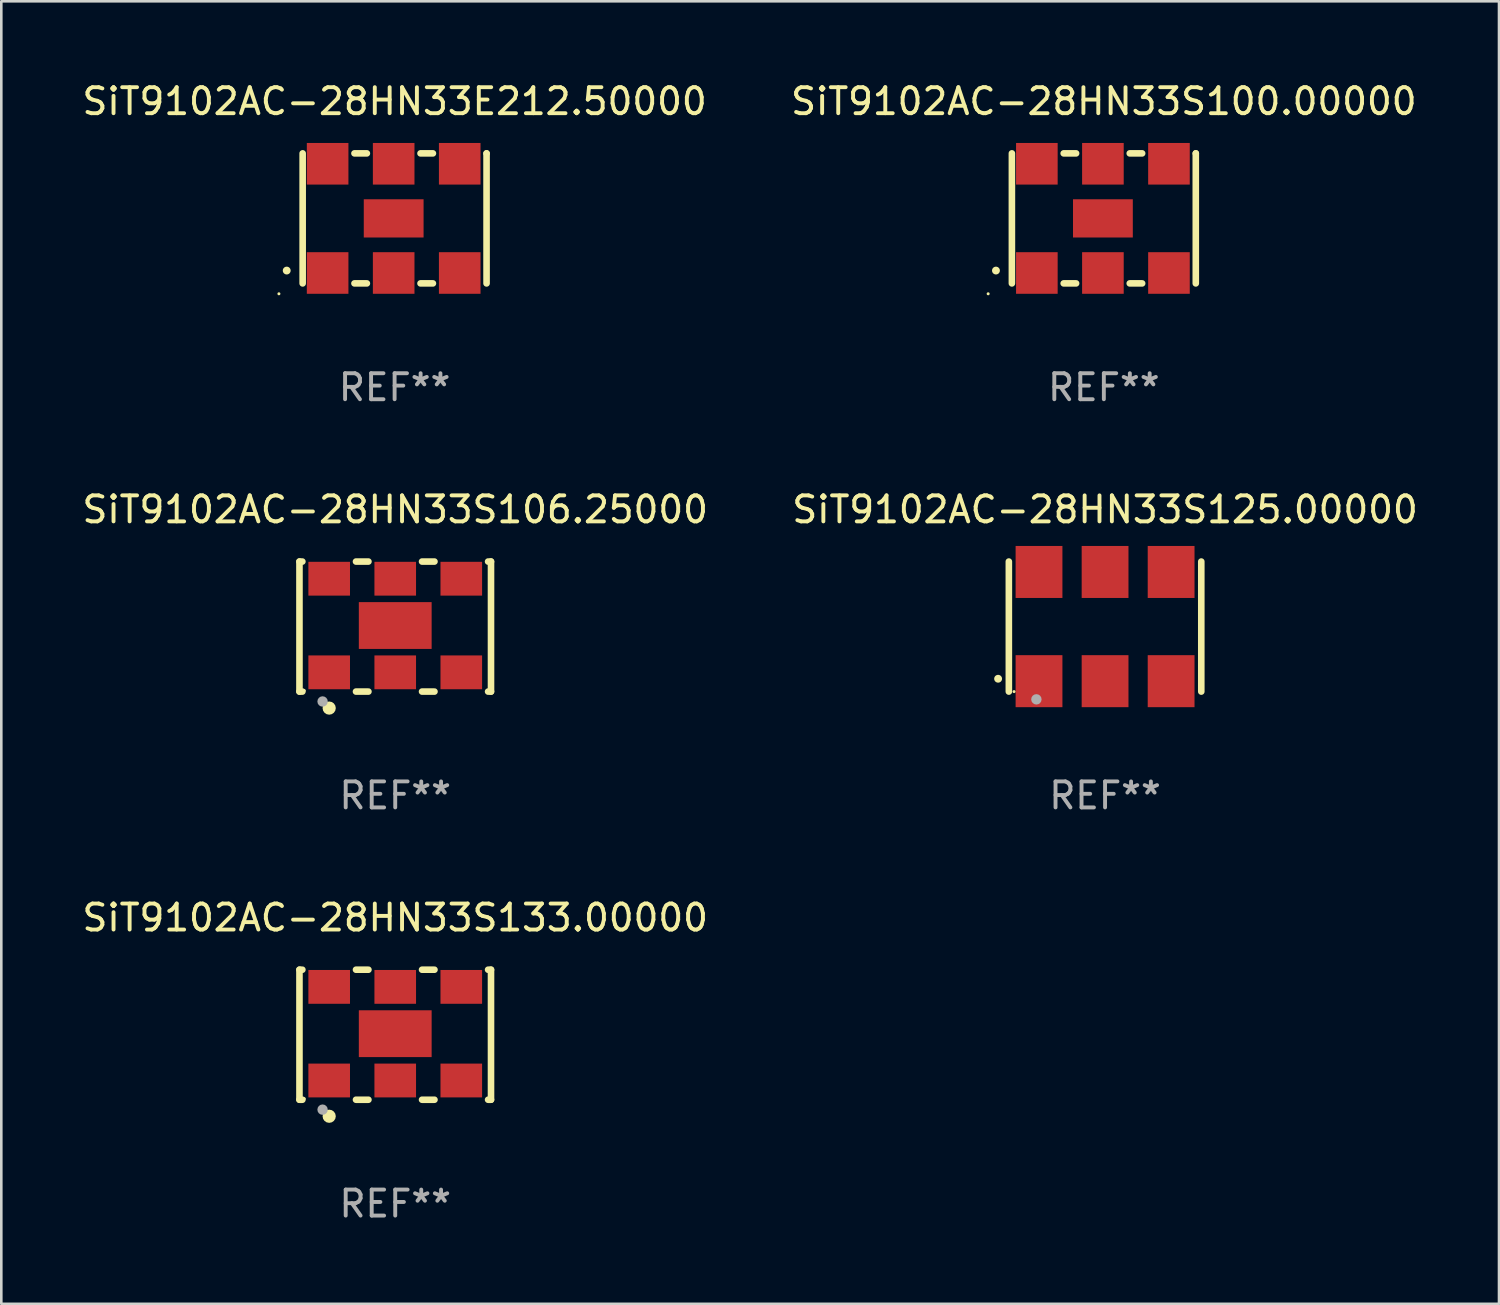
<source format=kicad_pcb>
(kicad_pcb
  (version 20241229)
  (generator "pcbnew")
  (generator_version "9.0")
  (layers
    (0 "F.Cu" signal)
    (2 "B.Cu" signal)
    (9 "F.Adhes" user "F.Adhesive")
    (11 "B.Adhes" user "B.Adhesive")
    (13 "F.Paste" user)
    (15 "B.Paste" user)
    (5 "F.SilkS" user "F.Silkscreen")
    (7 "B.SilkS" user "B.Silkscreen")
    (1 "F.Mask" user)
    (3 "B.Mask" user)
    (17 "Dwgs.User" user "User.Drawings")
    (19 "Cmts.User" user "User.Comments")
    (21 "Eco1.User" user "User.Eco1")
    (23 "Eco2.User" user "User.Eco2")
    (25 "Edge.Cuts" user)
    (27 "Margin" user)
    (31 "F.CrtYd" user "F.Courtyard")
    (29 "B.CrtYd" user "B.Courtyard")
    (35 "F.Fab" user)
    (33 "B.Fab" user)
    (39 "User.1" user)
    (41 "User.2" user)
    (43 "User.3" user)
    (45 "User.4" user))
  (footprint "SiT9102AC-28HN33E212.50000"
    (layer "F.Cu")
    (at 12.125 5.348)
    (property "Reference" "SiT9102AC-28HN33E212.50000" (at 0 -4.5 0) (layer "F.SilkS") (effects (font (size 1 1) (thickness 0.15))))
    (attr through_hole)
    (fp_line (start -3.536 -2.5) (end -3.536 2.5) (stroke (width 0.254) (type solid)) (layer "F.SilkS"))
    (fp_line (start -1.544 2.5) (end -1.067 2.5) (stroke (width 0.254) (type solid)) (layer "F.SilkS"))
    (fp_line (start -1.067 -2.5) (end -1.544 -2.5) (stroke (width 0.254) (type solid)) (layer "F.SilkS"))
    (fp_line (start 0.996 2.5) (end 1.473 2.5) (stroke (width 0.254) (type solid)) (layer "F.SilkS"))
    (fp_line (start 1.473 -2.5) (end 0.996 -2.5) (stroke (width 0.254) (type solid)) (layer "F.SilkS"))
    (fp_line (start 3.536 -2.5) (end 3.536 -2.5) (stroke (width 0.254) (type solid)) (layer "F.SilkS"))
    (fp_line (start 3.536 2.5) (end 3.536 -2.5) (stroke (width 0.254) (type solid)) (layer "F.SilkS"))
    (fp_arc (start -4.150432 2.006604) (mid -4.149162 2.006599) (end -4.147892 2.006604) (stroke (width 0.3) (type solid)) (layer "F.SilkS"))
    (fp_circle (center -4.449 2.9) (end -4.419 2.9) (stroke (width 0.06) (type solid)) (fill no) (layer "F.SilkS"))
    (fp_text user "REF**" (at 0 6.5 0) (layer "F.Fab") (effects (font (size 1 1) (thickness 0.15))))
    (pad "1" smd rect (at -2.576 2.1) (size 1.6 1.6) (layers "F.Cu" "F.Mask" "F.Paste"))
    (pad "2" smd rect (at -0.036 2.1) (size 1.6 1.6) (layers "F.Cu" "F.Mask" "F.Paste"))
    (pad "3" smd rect (at 2.504 2.1) (size 1.6 1.6) (layers "F.Cu" "F.Mask" "F.Paste"))
    (pad "4" smd rect (at 2.504 -2.1) (size 1.6 1.6) (layers "F.Cu" "F.Mask" "F.Paste"))
    (pad "5" smd rect (at -0.036 -2.1) (size 1.6 1.6) (layers "F.Cu" "F.Mask" "F.Paste"))
    (pad "6" smd rect (at -2.576 -2.1) (size 1.6 1.6) (layers "F.Cu" "F.Mask" "F.Paste"))
    (pad "7" smd rect (at -0.036 0) (size 2.3 1.47) (layers "F.Cu" "F.Mask" "F.Paste")))
  (footprint "SiT9102AC-28HN33S125.00000"
    (layer "F.Cu")
    (at 39.446 21.045)
    (property "Reference" "SiT9102AC-28HN33S125.00000" (at 0 -4.5 0) (layer "F.SilkS") (effects (font (size 1 1) (thickness 0.15))))
    (attr through_hole)
    (fp_line (start -3.7 -2.5) (end -3.7 2.5) (stroke (width 0.254) (type solid)) (layer "F.SilkS"))
    (fp_line (start 3.7 -2.5) (end 3.7 2.5) (stroke (width 0.254) (type solid)) (layer "F.SilkS"))
    (fp_arc (start -4.114415 2.006604) (mid -4.113145 2.006599) (end -4.111875 2.006604) (stroke (width 0.3) (type solid)) (layer "F.SilkS"))
    (fp_circle (center -3.5 2.501) (end -3.47 2.501) (stroke (width 0.06) (type solid)) (fill no) (layer "F.SilkS"))
    (fp_circle (center -2.641 2.799) (end -2.541 2.799) (stroke (width 0.2) (type solid)) (fill no) (layer "F.Fab"))
    (fp_text user "REF**" (at 0 6.5 0) (layer "F.Fab") (effects (font (size 1 1) (thickness 0.15))))
    (pad "1" smd rect (at -2.54 2.1) (size 1.8 2) (layers "F.Cu" "F.Mask" "F.Paste"))
    (pad "2" smd rect (at 0.000394 2.1) (size 1.8 2) (layers "F.Cu" "F.Mask" "F.Paste"))
    (pad "3" smd rect (at 2.54 2.1) (size 1.8 2) (layers "F.Cu" "F.Mask" "F.Paste"))
    (pad "4" smd rect (at 2.54 -2.1) (size 1.8 2) (layers "F.Cu" "F.Mask" "F.Paste"))
    (pad "5" smd rect (at 0.000394 -2.1) (size 1.8 2) (layers "F.Cu" "F.Mask" "F.Paste"))
    (pad "6" smd rect (at -2.54 -2.1) (size 1.8 2) (layers "F.Cu" "F.Mask" "F.Paste")))
  (footprint "SiT9102AC-28HN33S133.00000"
    (layer "F.Cu")
    (at 12.149 36.741)
    (property "Reference" "SiT9102AC-28HN33S133.00000" (at 0 -4.5 0) (layer "F.SilkS") (effects (font (size 1 1) (thickness 0.15))))
    (attr through_hole)
    (fp_line (start -3.683 -2.5) (end -3.571 -2.5) (stroke (width 0.254) (type solid)) (layer "F.SilkS"))
    (fp_line (start -3.683 2.5) (end -3.683 -2.5) (stroke (width 0.254) (type solid)) (layer "F.SilkS"))
    (fp_line (start -3.683 2.5) (end -3.571 2.5) (stroke (width 0.254) (type solid)) (layer "F.SilkS"))
    (fp_line (start -1.509 -2.5) (end -1.031 -2.5) (stroke (width 0.254) (type solid)) (layer "F.SilkS"))
    (fp_line (start -1.509 2.5) (end -1.031 2.5) (stroke (width 0.254) (type solid)) (layer "F.SilkS"))
    (fp_line (start 1.031 -2.5) (end 1.509 -2.5) (stroke (width 0.254) (type solid)) (layer "F.SilkS"))
    (fp_line (start 1.031 2.5) (end 1.509 2.5) (stroke (width 0.254) (type solid)) (layer "F.SilkS"))
    (fp_line (start 3.571 -2.5) (end 3.683 -2.5) (stroke (width 0.254) (type solid)) (layer "F.SilkS"))
    (fp_line (start 3.571 2.5) (end 3.683 2.5) (stroke (width 0.254) (type solid)) (layer "F.SilkS"))
    (fp_line (start 3.683 2.5) (end 3.683 -2.5) (stroke (width 0.254) (type solid)) (layer "F.SilkS"))
    (fp_circle (center -3.5 2.46) (end -3.47 2.46) (stroke (width 0.06) (type solid)) (fill no) (layer "F.SilkS"))
    (fp_circle (center -2.54 3.135) (end -2.413 3.135) (stroke (width 0.254) (type solid)) (fill no) (layer "F.SilkS"))
    (fp_circle (center -2.794 2.881) (end -2.694 2.881) (stroke (width 0.2) (type solid)) (fill no) (layer "F.Fab"))
    (fp_text user "REF**" (at 0 6.5 0) (layer "F.Fab") (effects (font (size 1 1) (thickness 0.15))))
    (pad "1" smd rect (at -2.54 1.76) (size 1.6 1.3) (layers "F.Cu" "F.Mask" "F.Paste"))
    (pad "2" smd rect (at 0 1.76) (size 1.6 1.3) (layers "F.Cu" "F.Mask" "F.Paste"))
    (pad "3" smd rect (at 2.54 1.76) (size 1.6 1.3) (layers "F.Cu" "F.Mask" "F.Paste"))
    (pad "4" smd rect (at 2.54 -1.84) (size 1.6 1.3) (layers "F.Cu" "F.Mask" "F.Paste"))
    (pad "5" smd rect (at 0 -1.84) (size 1.6 1.3) (layers "F.Cu" "F.Mask" "F.Paste"))
    (pad "6" smd rect (at -2.54 -1.84) (size 1.6 1.3) (layers "F.Cu" "F.Mask" "F.Paste"))
    (pad "7" smd rect (at 0 -0.04) (size 2.8 1.8) (layers "F.Cu" "F.Mask" "F.Paste")))
  (footprint "SiT9102AC-28HN33S100.00000"
    (layer "F.Cu")
    (at 39.399 5.348)
    (property "Reference" "SiT9102AC-28HN33S100.00000" (at 0 -4.5 0) (layer "F.SilkS") (effects (font (size 1 1) (thickness 0.15))))
    (attr through_hole)
    (fp_line (start -3.536 -2.5) (end -3.536 2.5) (stroke (width 0.254) (type solid)) (layer "F.SilkS"))
    (fp_line (start -1.544 2.5) (end -1.067 2.5) (stroke (width 0.254) (type solid)) (layer "F.SilkS"))
    (fp_line (start -1.067 -2.5) (end -1.544 -2.5) (stroke (width 0.254) (type solid)) (layer "F.SilkS"))
    (fp_line (start 0.996 2.5) (end 1.473 2.5) (stroke (width 0.254) (type solid)) (layer "F.SilkS"))
    (fp_line (start 1.473 -2.5) (end 0.996 -2.5) (stroke (width 0.254) (type solid)) (layer "F.SilkS"))
    (fp_line (start 3.536 -2.5) (end 3.536 -2.5) (stroke (width 0.254) (type solid)) (layer "F.SilkS"))
    (fp_line (start 3.536 2.5) (end 3.536 -2.5) (stroke (width 0.254) (type solid)) (layer "F.SilkS"))
    (fp_arc (start -4.150432 2.006604) (mid -4.149162 2.006599) (end -4.147892 2.006604) (stroke (width 0.3) (type solid)) (layer "F.SilkS"))
    (fp_circle (center -4.449 2.9) (end -4.419 2.9) (stroke (width 0.06) (type solid)) (fill no) (layer "F.SilkS"))
    (fp_text user "REF**" (at 0 6.5 0) (layer "F.Fab") (effects (font (size 1 1) (thickness 0.15))))
    (pad "1" smd rect (at -2.576 2.1) (size 1.6 1.6) (layers "F.Cu" "F.Mask" "F.Paste"))
    (pad "2" smd rect (at -0.036 2.1) (size 1.6 1.6) (layers "F.Cu" "F.Mask" "F.Paste"))
    (pad "3" smd rect (at 2.504 2.1) (size 1.6 1.6) (layers "F.Cu" "F.Mask" "F.Paste"))
    (pad "4" smd rect (at 2.504 -2.1) (size 1.6 1.6) (layers "F.Cu" "F.Mask" "F.Paste"))
    (pad "5" smd rect (at -0.036 -2.1) (size 1.6 1.6) (layers "F.Cu" "F.Mask" "F.Paste"))
    (pad "6" smd rect (at -2.576 -2.1) (size 1.6 1.6) (layers "F.Cu" "F.Mask" "F.Paste"))
    (pad "7" smd rect (at -0.036 0) (size 2.3 1.47) (layers "F.Cu" "F.Mask" "F.Paste")))
  (footprint "SiT9102AC-28HN33S106.25000"
    (layer "F.Cu")
    (at 12.149 21.045)
    (property "Reference" "SiT9102AC-28HN33S106.25000" (at 0 -4.5 0) (layer "F.SilkS") (effects (font (size 1 1) (thickness 0.15))))
    (attr through_hole)
    (fp_line (start -3.683 -2.5) (end -3.571 -2.5) (stroke (width 0.254) (type solid)) (layer "F.SilkS"))
    (fp_line (start -3.683 2.5) (end -3.683 -2.5) (stroke (width 0.254) (type solid)) (layer "F.SilkS"))
    (fp_line (start -3.683 2.5) (end -3.571 2.5) (stroke (width 0.254) (type solid)) (layer "F.SilkS"))
    (fp_line (start -1.509 -2.5) (end -1.031 -2.5) (stroke (width 0.254) (type solid)) (layer "F.SilkS"))
    (fp_line (start -1.509 2.5) (end -1.031 2.5) (stroke (width 0.254) (type solid)) (layer "F.SilkS"))
    (fp_line (start 1.031 -2.5) (end 1.509 -2.5) (stroke (width 0.254) (type solid)) (layer "F.SilkS"))
    (fp_line (start 1.031 2.5) (end 1.509 2.5) (stroke (width 0.254) (type solid)) (layer "F.SilkS"))
    (fp_line (start 3.571 -2.5) (end 3.683 -2.5) (stroke (width 0.254) (type solid)) (layer "F.SilkS"))
    (fp_line (start 3.571 2.5) (end 3.683 2.5) (stroke (width 0.254) (type solid)) (layer "F.SilkS"))
    (fp_line (start 3.683 2.5) (end 3.683 -2.5) (stroke (width 0.254) (type solid)) (layer "F.SilkS"))
    (fp_circle (center -3.5 2.46) (end -3.47 2.46) (stroke (width 0.06) (type solid)) (fill no) (layer "F.SilkS"))
    (fp_circle (center -2.54 3.135) (end -2.413 3.135) (stroke (width 0.254) (type solid)) (fill no) (layer "F.SilkS"))
    (fp_circle (center -2.794 2.881) (end -2.694 2.881) (stroke (width 0.2) (type solid)) (fill no) (layer "F.Fab"))
    (fp_text user "REF**" (at 0 6.5 0) (layer "F.Fab") (effects (font (size 1 1) (thickness 0.15))))
    (pad "1" smd rect (at -2.54 1.76) (size 1.6 1.3) (layers "F.Cu" "F.Mask" "F.Paste"))
    (pad "2" smd rect (at 0 1.76) (size 1.6 1.3) (layers "F.Cu" "F.Mask" "F.Paste"))
    (pad "3" smd rect (at 2.54 1.76) (size 1.6 1.3) (layers "F.Cu" "F.Mask" "F.Paste"))
    (pad "4" smd rect (at 2.54 -1.84) (size 1.6 1.3) (layers "F.Cu" "F.Mask" "F.Paste"))
    (pad "5" smd rect (at 0 -1.84) (size 1.6 1.3) (layers "F.Cu" "F.Mask" "F.Paste"))
    (pad "6" smd rect (at -2.54 -1.84) (size 1.6 1.3) (layers "F.Cu" "F.Mask" "F.Paste"))
    (pad "7" smd rect (at 0 -0.04) (size 2.8 1.8) (layers "F.Cu" "F.Mask" "F.Paste")))
  (gr_rect
    (start -3 -3)
    (end 54.595 47.09)
    (stroke (width 0.1) (type default))
    (fill no)
    (layer "Edge.Cuts")))
</source>
